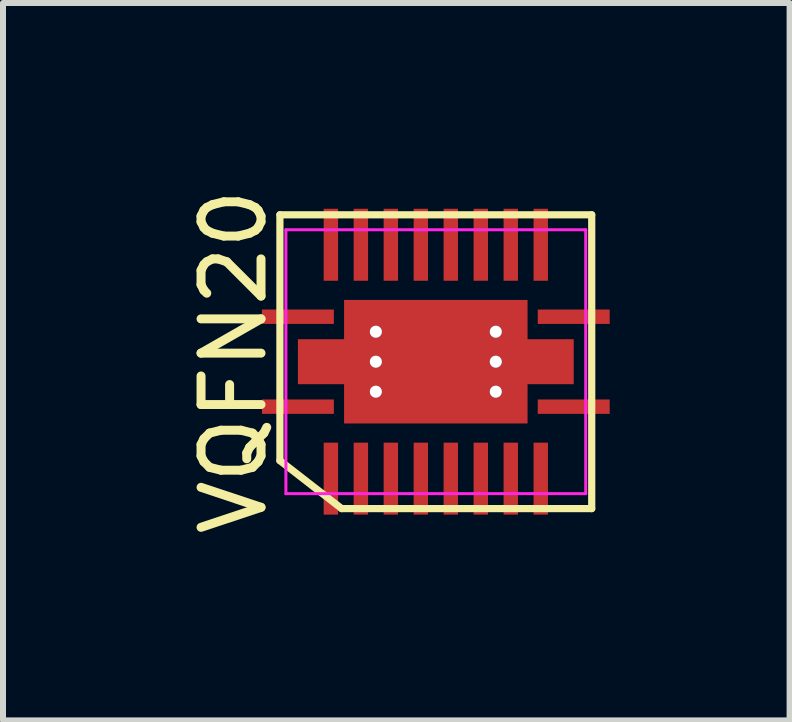
<source format=kicad_pcb>
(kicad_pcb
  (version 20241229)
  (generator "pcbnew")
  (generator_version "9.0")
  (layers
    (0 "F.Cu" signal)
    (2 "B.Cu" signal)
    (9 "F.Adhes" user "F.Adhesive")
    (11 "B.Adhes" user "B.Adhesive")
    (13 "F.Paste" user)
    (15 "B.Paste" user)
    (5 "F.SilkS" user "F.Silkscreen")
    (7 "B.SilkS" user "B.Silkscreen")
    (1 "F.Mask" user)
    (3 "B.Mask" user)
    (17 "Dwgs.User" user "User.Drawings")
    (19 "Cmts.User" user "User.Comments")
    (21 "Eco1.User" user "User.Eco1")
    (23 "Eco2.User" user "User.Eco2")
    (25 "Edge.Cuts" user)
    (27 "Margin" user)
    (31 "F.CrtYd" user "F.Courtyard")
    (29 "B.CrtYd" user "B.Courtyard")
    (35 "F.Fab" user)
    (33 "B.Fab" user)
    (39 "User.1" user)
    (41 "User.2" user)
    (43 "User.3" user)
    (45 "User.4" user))
  (footprint "VQFN20"
    (layer "F.Cu")
    (at 4.218 2.982)
    (property "Reference" "VQFN20" (at -3.37 0 90) (layer "F.SilkS") (effects (font (size 1 1) (thickness 0.15))))
    (attr smd)
    (fp_line (start -2.6 -2.45) (end 2.6 -2.45) (stroke (width 0.12) (type solid)) (layer "F.SilkS"))
    (fp_line (start -2.6 1.65) (end -2.6 -2.45) (stroke (width 0.12) (type solid)) (layer "F.SilkS"))
    (fp_line (start -1.57 2.45) (end -2.6 1.65) (stroke (width 0.12) (type solid)) (layer "F.SilkS"))
    (fp_line (start 2.6 -2.45) (end 2.6 2.45) (stroke (width 0.12) (type solid)) (layer "F.SilkS"))
    (fp_line (start 2.6 2.45) (end -1.57 2.45) (stroke (width 0.12) (type solid)) (layer "F.SilkS"))
    (fp_line (start -2.5 -2.2) (end 2.5 -2.2) (stroke (width 0.05) (type solid)) (layer "F.CrtYd"))
    (fp_line (start -2.5 2.2) (end -2.5 -2.2) (stroke (width 0.05) (type solid)) (layer "F.CrtYd"))
    (fp_line (start -2.5 2.2) (end 2.5 2.2) (stroke (width 0.05) (type solid)) (layer "F.CrtYd"))
    (fp_line (start 2.5 -2.2) (end 2.5 2.2) (stroke (width 0.05) (type solid)) (layer "F.CrtYd"))
    (pad "" thru_hole circle (at -1 -0.5 90) (size 0.2 0.2) (drill 0.2) (layers "*.Cu" "*.Mask"))
    (pad "" thru_hole circle (at -1 0 90) (size 0.2 0.2) (drill 0.2) (layers "*.Cu" "*.Mask"))
    (pad "" thru_hole circle (at -1 0.5 90) (size 0.2 0.2) (drill 0.2) (layers "*.Cu" "*.Mask"))
    (pad "" smd custom (at 0 0) (size 2.4 1.95) (layers "F.Cu" "F.Mask") (options (anchor rect)) (primitives (gr_poly (pts (xy -2.3 0.375) (xy -1.53 0.375) (xy -1.53 1.03) (xy 1.53 1.03) (xy 1.53 0.375) (xy 2.3 0.375) (xy 2.3 -0.375) (xy 1.53 -0.375) (xy 1.53 -1.03) (xy -1.53 -1.03) (xy -1.53 -0.375) (xy -2.3 -0.375)) (width 0) (fill yes))))
    (pad "" thru_hole circle (at 1 -0.5 90) (size 0.2 0.2) (drill 0.2) (layers "*.Cu" "*.Mask"))
    (pad "" thru_hole circle (at 1 0 90) (size 0.2 0.2) (drill 0.2) (layers "*.Cu" "*.Mask"))
    (pad "" thru_hole circle (at 1 0.5 90) (size 0.2 0.2) (drill 0.2) (layers "*.Cu" "*.Mask"))
    (pad "1" smd rect (at -2.3 0.75 90) (size 0.24 1.2) (layers "F.Cu" "F.Mask" "F.Paste"))
    (pad "2" smd rect (at -1.75 1.95) (size 0.24 1.2) (layers "F.Cu" "F.Mask" "F.Paste"))
    (pad "3" smd rect (at -1.25 1.95) (size 0.24 1.2) (layers "F.Cu" "F.Mask" "F.Paste"))
    (pad "4" smd rect (at -0.75 1.95) (size 0.24 1.2) (layers "F.Cu" "F.Mask" "F.Paste"))
    (pad "5" smd rect (at -0.25 1.95) (size 0.24 1.2) (layers "F.Cu" "F.Mask" "F.Paste"))
    (pad "6" smd rect (at 0.25 1.95) (size 0.24 1.2) (layers "F.Cu" "F.Mask" "F.Paste"))
    (pad "7" smd rect (at 0.75 1.95) (size 0.24 1.2) (layers "F.Cu" "F.Mask" "F.Paste"))
    (pad "8" smd rect (at 1.25 1.95) (size 0.24 1.2) (layers "F.Cu" "F.Mask" "F.Paste"))
    (pad "9" smd rect (at 1.75 1.95) (size 0.24 1.2) (layers "F.Cu" "F.Mask" "F.Paste"))
    (pad "10" smd rect (at 2.3 0.75 90) (size 0.24 1.2) (layers "F.Cu" "F.Mask" "F.Paste"))
    (pad "11" smd rect (at 2.3 -0.75 90) (size 0.24 1.2) (layers "F.Cu" "F.Mask" "F.Paste"))
    (pad "12" smd rect (at 1.75 -1.95) (size 0.24 1.2) (layers "F.Cu" "F.Mask" "F.Paste"))
    (pad "13" smd rect (at 1.25 -1.95) (size 0.24 1.2) (layers "F.Cu" "F.Mask" "F.Paste"))
    (pad "14" smd rect (at 0.75 -1.95) (size 0.24 1.2) (layers "F.Cu" "F.Mask" "F.Paste"))
    (pad "15" smd rect (at 0.25 -1.95) (size 0.24 1.2) (layers "F.Cu" "F.Mask" "F.Paste"))
    (pad "16" smd rect (at -0.25 -1.95) (size 0.24 1.2) (layers "F.Cu" "F.Mask" "F.Paste"))
    (pad "17" smd rect (at -0.75 -1.95) (size 0.24 1.2) (layers "F.Cu" "F.Mask" "F.Paste"))
    (pad "18" smd rect (at -1.25 -1.95) (size 0.24 1.2) (layers "F.Cu" "F.Mask" "F.Paste"))
    (pad "19" smd rect (at -1.75 -1.95) (size 0.24 1.2) (layers "F.Cu" "F.Mask" "F.Paste"))
    (pad "20" smd rect (at -2.3 -0.75 90) (size 0.24 1.2) (layers "F.Cu" "F.Mask" "F.Paste")))
  (gr_rect
    (start -3 -3)
    (end 10.118 8.964)
    (stroke (width 0.1) (type default))
    (fill no)
    (layer "Edge.Cuts")))
</source>
